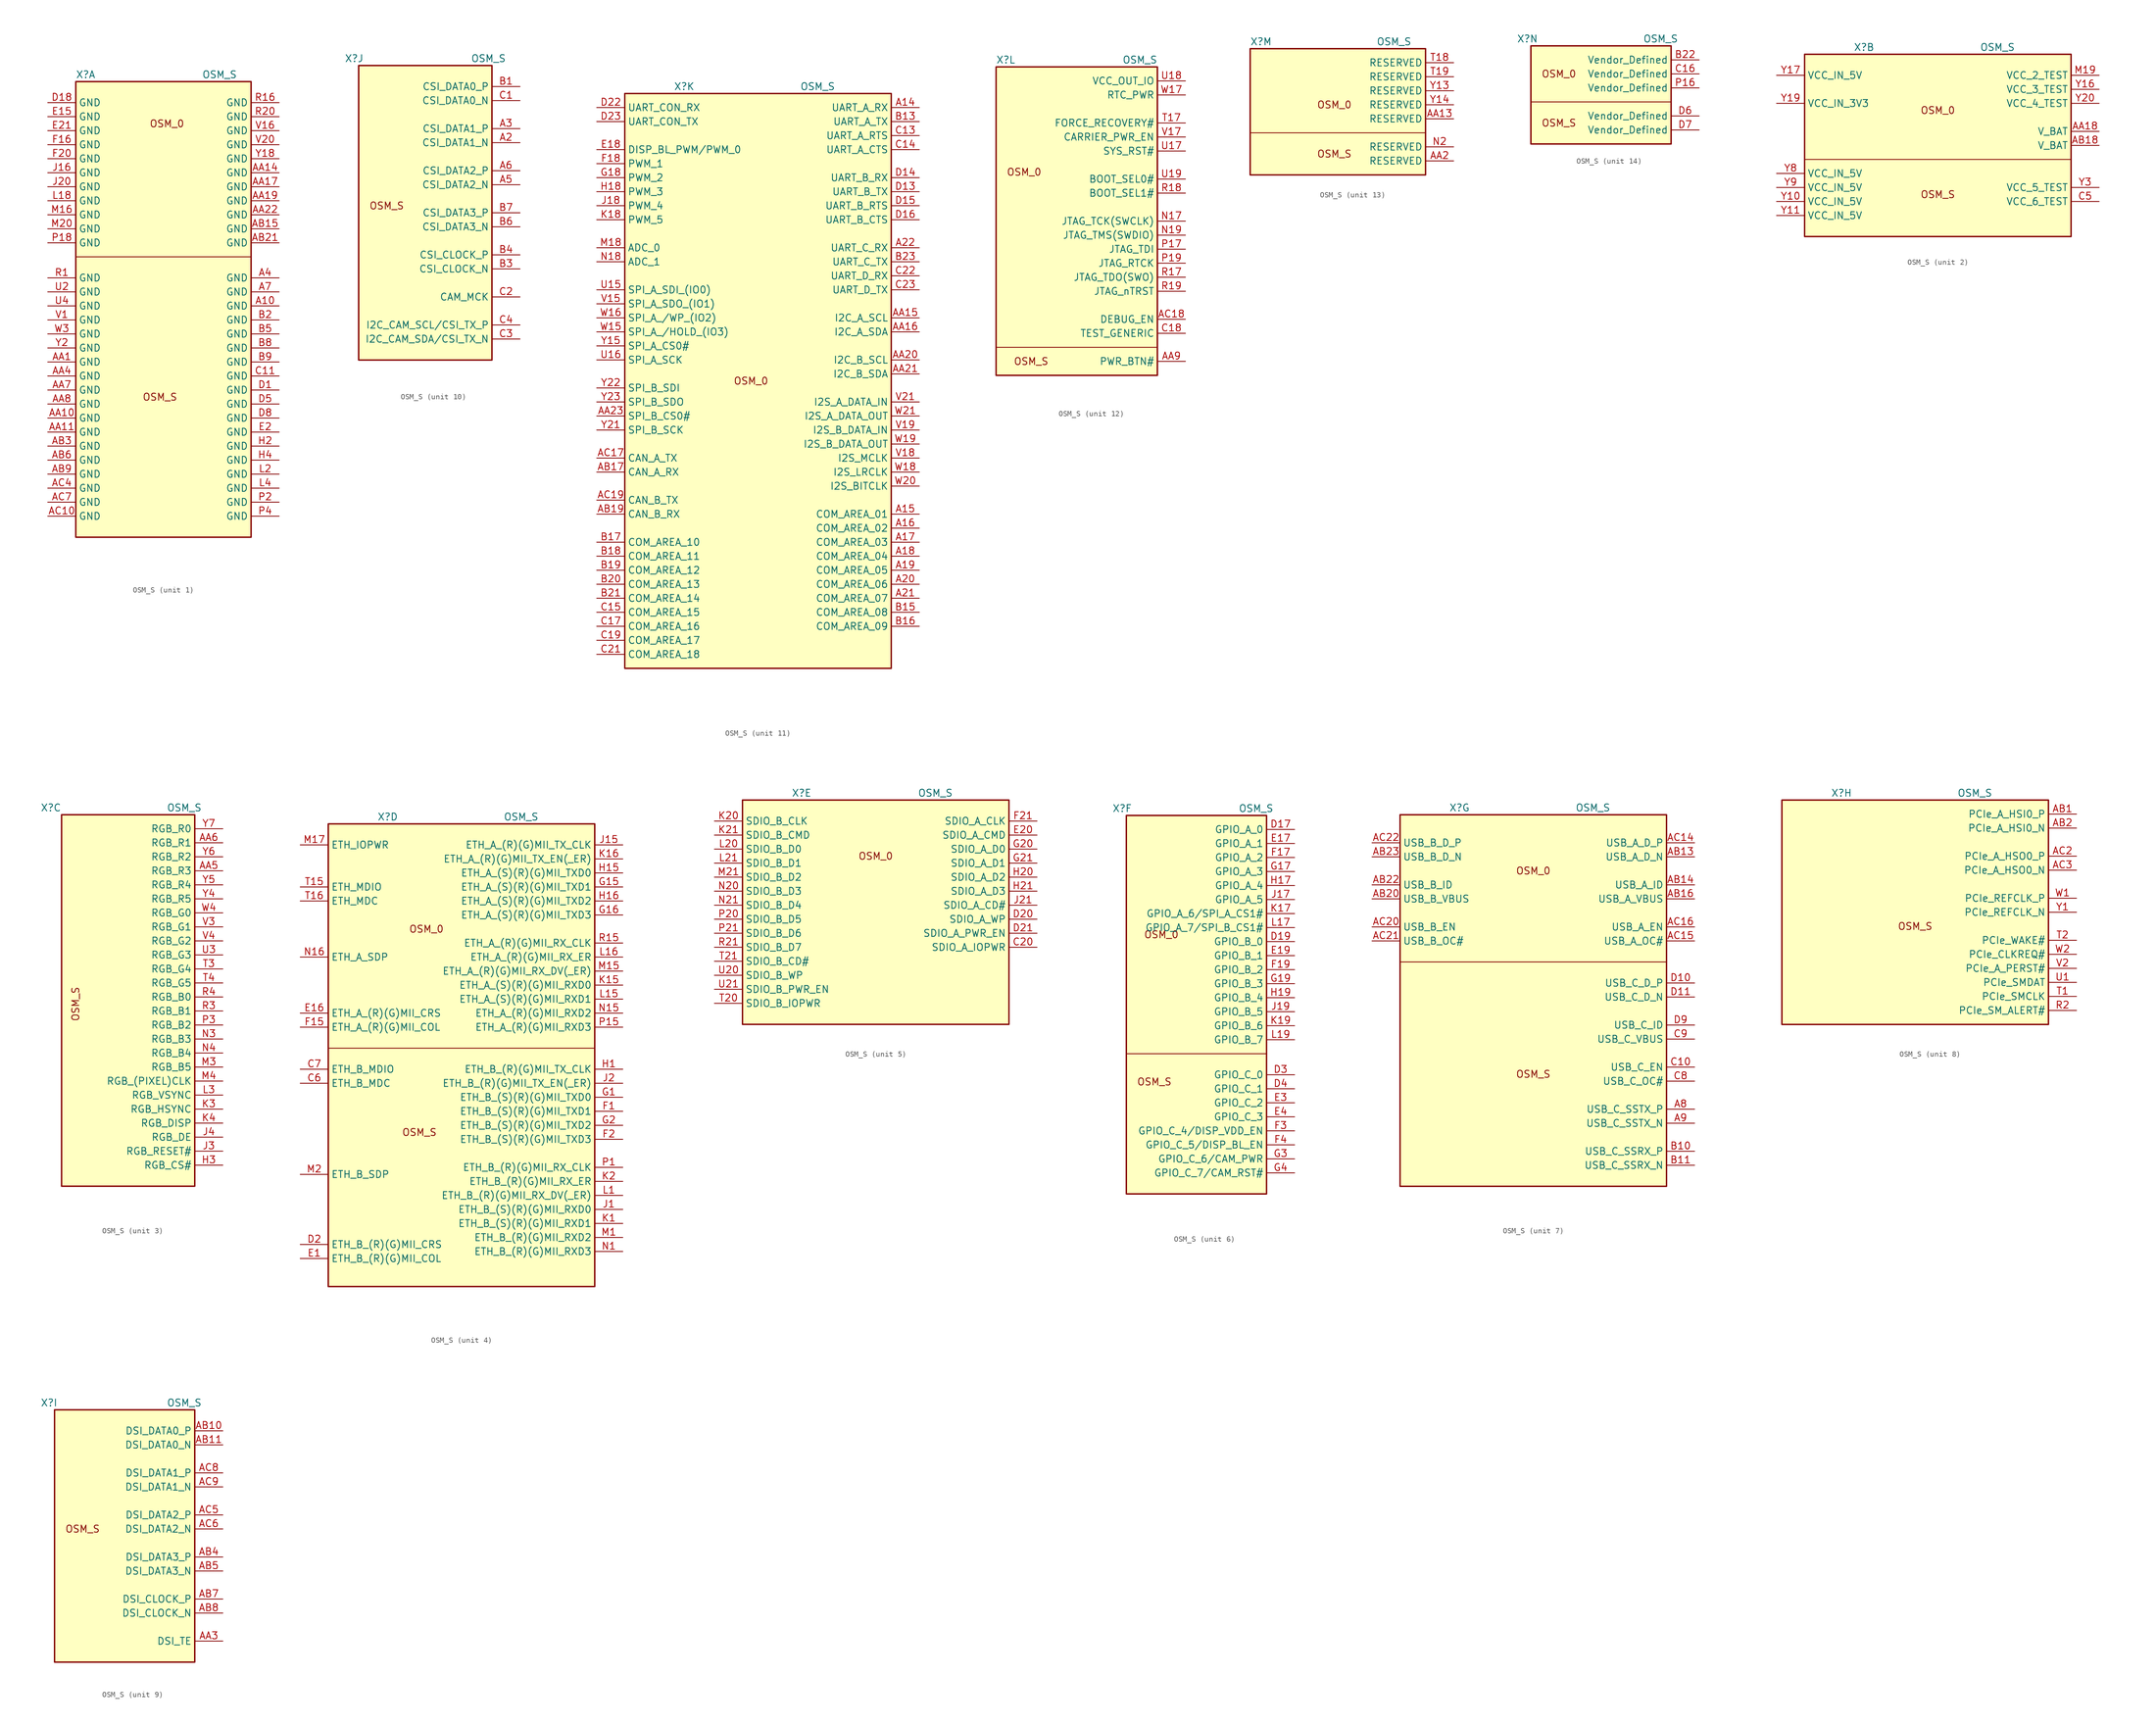
<source format=kicad_sym>
(kicad_symbol_lib
  (version 20220914)
  (generator kicad_symbol_editor)
  (symbol "OSM_S"
    (property "Reference" "X"
      (at -15.24 1.27 0)
      (effects (font (size 1.27 1.27)) (justify left)))
    (property "Value" "OSM_S"
      (at 7.62 1.27 0)
      (effects (font (size 1.27 1.27)) (justify left)))
    (property "ki_locked" ""
      (at 0 0 0)
      (effects (font (size 1.27 1.27))))
    (symbol "OSM_S_1_1"
      (rectangle (start -15.24 0) (end 16.51 -82.55) (stroke (width 0.254) (type solid)) (fill (type background)))
      (polyline (pts (xy -15.24 -31.75) (xy 16.51 -31.75)) (stroke (width 0) (type default)) (fill (type none)))
      (text "OSM_0\n" (at 1.27 -7.62 0) (effects (font (size 1.27 1.27))))
      (text "OSM_S\n" (at 0 -57.15 0) (effects (font (size 1.27 1.27))))
      (pin power_in line (at 21.59 -40.64 180) (length 5.08) (name "GND" (effects (font (size 1.27 1.27)))) (number "A10" (effects (font (size 1.27 1.27)))))
      (pin power_in line (at 21.59 -35.56 180) (length 5.08) (name "GND" (effects (font (size 1.27 1.27)))) (number "A4" (effects (font (size 1.27 1.27)))))
      (pin power_in line (at 21.59 -38.1 180) (length 5.08) (name "GND" (effects (font (size 1.27 1.27)))) (number "A7" (effects (font (size 1.27 1.27)))))
      (pin power_in line (at -20.32 -50.8 0) (length 5.08) (name "GND" (effects (font (size 1.27 1.27)))) (number "AA1" (effects (font (size 1.27 1.27)))))
      (pin power_in line (at -20.32 -60.96 0) (length 5.08) (name "GND" (effects (font (size 1.27 1.27)))) (number "AA10" (effects (font (size 1.27 1.27)))))
      (pin power_in line (at -20.32 -63.5 0) (length 5.08) (name "GND" (effects (font (size 1.27 1.27)))) (number "AA11" (effects (font (size 1.27 1.27)))))
      (pin power_in line (at 21.59 -16.51 180) (length 5.08) (name "GND" (effects (font (size 1.27 1.27)))) (number "AA14" (effects (font (size 1.27 1.27)))))
      (pin power_in line (at 21.59 -19.05 180) (length 5.08) (name "GND" (effects (font (size 1.27 1.27)))) (number "AA17" (effects (font (size 1.27 1.27)))))
      (pin power_in line (at 21.59 -21.59 180) (length 5.08) (name "GND" (effects (font (size 1.27 1.27)))) (number "AA19" (effects (font (size 1.27 1.27)))))
      (pin power_in line (at 21.59 -24.13 180) (length 5.08) (name "GND" (effects (font (size 1.27 1.27)))) (number "AA22" (effects (font (size 1.27 1.27)))))
      (pin power_in line (at -20.32 -53.34 0) (length 5.08) (name "GND" (effects (font (size 1.27 1.27)))) (number "AA4" (effects (font (size 1.27 1.27)))))
      (pin power_in line (at -20.32 -55.88 0) (length 5.08) (name "GND" (effects (font (size 1.27 1.27)))) (number "AA7" (effects (font (size 1.27 1.27)))))
      (pin power_in line (at -20.32 -58.42 0) (length 5.08) (name "GND" (effects (font (size 1.27 1.27)))) (number "AA8" (effects (font (size 1.27 1.27)))))
      (pin power_in line (at 21.59 -26.67 180) (length 5.08) (name "GND" (effects (font (size 1.27 1.27)))) (number "AB15" (effects (font (size 1.27 1.27)))))
      (pin power_in line (at 21.59 -29.21 180) (length 5.08) (name "GND" (effects (font (size 1.27 1.27)))) (number "AB21" (effects (font (size 1.27 1.27)))))
      (pin power_in line (at -20.32 -66.04 0) (length 5.08) (name "GND" (effects (font (size 1.27 1.27)))) (number "AB3" (effects (font (size 1.27 1.27)))))
      (pin power_in line (at -20.32 -68.58 0) (length 5.08) (name "GND" (effects (font (size 1.27 1.27)))) (number "AB6" (effects (font (size 1.27 1.27)))))
      (pin power_in line (at -20.32 -71.12 0) (length 5.08) (name "GND" (effects (font (size 1.27 1.27)))) (number "AB9" (effects (font (size 1.27 1.27)))))
      (pin power_in line (at -20.32 -78.74 0) (length 5.08) (name "GND" (effects (font (size 1.27 1.27)))) (number "AC10" (effects (font (size 1.27 1.27)))))
      (pin power_in line (at -20.32 -73.66 0) (length 5.08) (name "GND" (effects (font (size 1.27 1.27)))) (number "AC4" (effects (font (size 1.27 1.27)))))
      (pin power_in line (at -20.32 -76.2 0) (length 5.08) (name "GND" (effects (font (size 1.27 1.27)))) (number "AC7" (effects (font (size 1.27 1.27)))))
      (pin power_in line (at 21.59 -43.18 180) (length 5.08) (name "GND" (effects (font (size 1.27 1.27)))) (number "B2" (effects (font (size 1.27 1.27)))))
      (pin power_in line (at 21.59 -45.72 180) (length 5.08) (name "GND" (effects (font (size 1.27 1.27)))) (number "B5" (effects (font (size 1.27 1.27)))))
      (pin power_in line (at 21.59 -48.26 180) (length 5.08) (name "GND" (effects (font (size 1.27 1.27)))) (number "B8" (effects (font (size 1.27 1.27)))))
      (pin power_in line (at 21.59 -50.8 180) (length 5.08) (name "GND" (effects (font (size 1.27 1.27)))) (number "B9" (effects (font (size 1.27 1.27)))))
      (pin power_in line (at 21.59 -53.34 180) (length 5.08) (name "GND" (effects (font (size 1.27 1.27)))) (number "C11" (effects (font (size 1.27 1.27)))))
      (pin power_in line (at 21.59 -55.88 180) (length 5.08) (name "GND" (effects (font (size 1.27 1.27)))) (number "D1" (effects (font (size 1.27 1.27)))))
      (pin power_in line (at -20.32 -3.81 0) (length 5.08) (name "GND" (effects (font (size 1.27 1.27)))) (number "D18" (effects (font (size 1.27 1.27)))))
      (pin power_in line (at 21.59 -58.42 180) (length 5.08) (name "GND" (effects (font (size 1.27 1.27)))) (number "D5" (effects (font (size 1.27 1.27)))))
      (pin power_in line (at 21.59 -60.96 180) (length 5.08) (name "GND" (effects (font (size 1.27 1.27)))) (number "D8" (effects (font (size 1.27 1.27)))))
      (pin power_in line (at -20.32 -6.35 0) (length 5.08) (name "GND" (effects (font (size 1.27 1.27)))) (number "E15" (effects (font (size 1.27 1.27)))))
      (pin power_in line (at 21.59 -63.5 180) (length 5.08) (name "GND" (effects (font (size 1.27 1.27)))) (number "E2" (effects (font (size 1.27 1.27)))))
      (pin power_in line (at -20.32 -8.89 0) (length 5.08) (name "GND" (effects (font (size 1.27 1.27)))) (number "E21" (effects (font (size 1.27 1.27)))))
      (pin power_in line (at -20.32 -11.43 0) (length 5.08) (name "GND" (effects (font (size 1.27 1.27)))) (number "F16" (effects (font (size 1.27 1.27)))))
      (pin power_in line (at -20.32 -13.97 0) (length 5.08) (name "GND" (effects (font (size 1.27 1.27)))) (number "F20" (effects (font (size 1.27 1.27)))))
      (pin power_in line (at 21.59 -66.04 180) (length 5.08) (name "GND" (effects (font (size 1.27 1.27)))) (number "H2" (effects (font (size 1.27 1.27)))))
      (pin power_in line (at 21.59 -68.58 180) (length 5.08) (name "GND" (effects (font (size 1.27 1.27)))) (number "H4" (effects (font (size 1.27 1.27)))))
      (pin power_in line (at -20.32 -16.51 0) (length 5.08) (name "GND" (effects (font (size 1.27 1.27)))) (number "J16" (effects (font (size 1.27 1.27)))))
      (pin power_in line (at -20.32 -19.05 0) (length 5.08) (name "GND" (effects (font (size 1.27 1.27)))) (number "J20" (effects (font (size 1.27 1.27)))))
      (pin power_in line (at -20.32 -21.59 0) (length 5.08) (name "GND" (effects (font (size 1.27 1.27)))) (number "L18" (effects (font (size 1.27 1.27)))))
      (pin power_in line (at 21.59 -71.12 180) (length 5.08) (name "GND" (effects (font (size 1.27 1.27)))) (number "L2" (effects (font (size 1.27 1.27)))))
      (pin power_in line (at 21.59 -73.66 180) (length 5.08) (name "GND" (effects (font (size 1.27 1.27)))) (number "L4" (effects (font (size 1.27 1.27)))))
      (pin power_in line (at -20.32 -24.13 0) (length 5.08) (name "GND" (effects (font (size 1.27 1.27)))) (number "M16" (effects (font (size 1.27 1.27)))))
      (pin power_in line (at -20.32 -26.67 0) (length 5.08) (name "GND" (effects (font (size 1.27 1.27)))) (number "M20" (effects (font (size 1.27 1.27)))))
      (pin power_in line (at -20.32 -29.21 0) (length 5.08) (name "GND" (effects (font (size 1.27 1.27)))) (number "P18" (effects (font (size 1.27 1.27)))))
      (pin power_in line (at 21.59 -76.2 180) (length 5.08) (name "GND" (effects (font (size 1.27 1.27)))) (number "P2" (effects (font (size 1.27 1.27)))))
      (pin power_in line (at 21.59 -78.74 180) (length 5.08) (name "GND" (effects (font (size 1.27 1.27)))) (number "P4" (effects (font (size 1.27 1.27)))))
      (pin power_in line (at -20.32 -35.56 0) (length 5.08) (name "GND" (effects (font (size 1.27 1.27)))) (number "R1" (effects (font (size 1.27 1.27)))))
      (pin power_in line (at 21.59 -3.81 180) (length 5.08) (name "GND" (effects (font (size 1.27 1.27)))) (number "R16" (effects (font (size 1.27 1.27)))))
      (pin power_in line (at 21.59 -6.35 180) (length 5.08) (name "GND" (effects (font (size 1.27 1.27)))) (number "R20" (effects (font (size 1.27 1.27)))))
      (pin power_in line (at -20.32 -38.1 0) (length 5.08) (name "GND" (effects (font (size 1.27 1.27)))) (number "U2" (effects (font (size 1.27 1.27)))))
      (pin power_in line (at -20.32 -40.64 0) (length 5.08) (name "GND" (effects (font (size 1.27 1.27)))) (number "U4" (effects (font (size 1.27 1.27)))))
      (pin power_in line (at -20.32 -43.18 0) (length 5.08) (name "GND" (effects (font (size 1.27 1.27)))) (number "V1" (effects (font (size 1.27 1.27)))))
      (pin power_in line (at 21.59 -8.89 180) (length 5.08) (name "GND" (effects (font (size 1.27 1.27)))) (number "V16" (effects (font (size 1.27 1.27)))))
      (pin power_in line (at 21.59 -11.43 180) (length 5.08) (name "GND" (effects (font (size 1.27 1.27)))) (number "V20" (effects (font (size 1.27 1.27)))))
      (pin power_in line (at -20.32 -45.72 0) (length 5.08) (name "GND" (effects (font (size 1.27 1.27)))) (number "W3" (effects (font (size 1.27 1.27)))))
      (pin power_in line (at 21.59 -13.97 180) (length 5.08) (name "GND" (effects (font (size 1.27 1.27)))) (number "Y18" (effects (font (size 1.27 1.27)))))
      (pin power_in line (at -20.32 -48.26 0) (length 5.08) (name "GND" (effects (font (size 1.27 1.27)))) (number "Y2" (effects (font (size 1.27 1.27))))))
    (symbol "OSM_S_2_1"
      (rectangle (start -24.13 0) (end 24.13 -33.02) (stroke (width 0.254) (type solid)) (fill (type background)))
      (polyline (pts (xy -24.13 -19.05) (xy 24.13 -19.05)) (stroke (width 0) (type default)) (fill (type none)))
      (text "OSM_0\n" (at 0 -10.16 0) (effects (font (size 1.27 1.27))))
      (text "OSM_S\n" (at 0 -25.4 0) (effects (font (size 1.27 1.27))))
      (pin power_in line (at 29.21 -13.97 180) (length 5.08) (name "V_BAT" (effects (font (size 1.27 1.27)))) (number "AA18" (effects (font (size 1.27 1.27)))))
      (pin power_in line (at 29.21 -16.51 180) (length 5.08) (name "V_BAT" (effects (font (size 1.27 1.27)))) (number "AB18" (effects (font (size 1.27 1.27)))))
      (pin power_in line (at 29.21 -26.67 180) (length 5.08) (name "VCC_6_TEST" (effects (font (size 1.27 1.27)))) (number "C5" (effects (font (size 1.27 1.27)))))
      (pin power_out line (at 29.21 -3.81 180) (length 5.08) (name "VCC_2_TEST" (effects (font (size 1.27 1.27)))) (number "M19" (effects (font (size 1.27 1.27)))))
      (pin power_in line (at -29.21 -26.67 0) (length 5.08) (name "VCC_IN_5V" (effects (font (size 1.27 1.27)))) (number "Y10" (effects (font (size 1.27 1.27)))))
      (pin power_in line (at -29.21 -29.21 0) (length 5.08) (name "VCC_IN_5V" (effects (font (size 1.27 1.27)))) (number "Y11" (effects (font (size 1.27 1.27)))))
      (pin power_out line (at 29.21 -6.35 180) (length 5.08) (name "VCC_3_TEST" (effects (font (size 1.27 1.27)))) (number "Y16" (effects (font (size 1.27 1.27)))))
      (pin power_in line (at -29.21 -3.81 0) (length 5.08) (name "VCC_IN_5V" (effects (font (size 1.27 1.27)))) (number "Y17" (effects (font (size 1.27 1.27)))))
      (pin power_in line (at -29.21 -8.89 0) (length 5.08) (name "VCC_IN_3V3" (effects (font (size 1.27 1.27)))) (number "Y19" (effects (font (size 1.27 1.27)))))
      (pin power_out line (at 29.21 -8.89 180) (length 5.08) (name "VCC_4_TEST" (effects (font (size 1.27 1.27)))) (number "Y20" (effects (font (size 1.27 1.27)))))
      (pin power_in line (at 29.21 -24.13 180) (length 5.08) (name "VCC_5_TEST" (effects (font (size 1.27 1.27)))) (number "Y3" (effects (font (size 1.27 1.27)))))
      (pin power_in line (at -29.21 -21.59 0) (length 5.08) (name "VCC_IN_5V" (effects (font (size 1.27 1.27)))) (number "Y8" (effects (font (size 1.27 1.27)))))
      (pin power_in line (at -29.21 -24.13 0) (length 5.08) (name "VCC_IN_5V" (effects (font (size 1.27 1.27)))) (number "Y9" (effects (font (size 1.27 1.27))))))
    (symbol "OSM_S_3_1"
      (rectangle (start -11.43 0) (end 12.7 -67.31) (stroke (width 0.254) (type solid)) (fill (type background)))
      (text "OSM_S\n" (at -8.89 -34.29 900) (effects (font (size 1.27 1.27))))
      (pin bidirectional line (at 17.78 -10.16 180) (length 5.08) (name "RGB_R3" (effects (font (size 1.27 1.27)))) (number "AA5" (effects (font (size 1.27 1.27)))))
      (pin bidirectional line (at 17.78 -5.08 180) (length 5.08) (name "RGB_R1" (effects (font (size 1.27 1.27)))) (number "AA6" (effects (font (size 1.27 1.27)))))
      (pin bidirectional line (at 17.78 -63.5 180) (length 5.08) (name "RGB_CS#" (effects (font (size 1.27 1.27)))) (number "H3" (effects (font (size 1.27 1.27)))))
      (pin bidirectional line (at 17.78 -60.96 180) (length 5.08) (name "RGB_RESET#" (effects (font (size 1.27 1.27)))) (number "J3" (effects (font (size 1.27 1.27)))))
      (pin bidirectional line (at 17.78 -58.42 180) (length 5.08) (name "RGB_DE" (effects (font (size 1.27 1.27)))) (number "J4" (effects (font (size 1.27 1.27)))))
      (pin bidirectional line (at 17.78 -53.34 180) (length 5.08) (name "RGB_HSYNC" (effects (font (size 1.27 1.27)))) (number "K3" (effects (font (size 1.27 1.27)))))
      (pin bidirectional line (at 17.78 -55.88 180) (length 5.08) (name "RGB_DISP" (effects (font (size 1.27 1.27)))) (number "K4" (effects (font (size 1.27 1.27)))))
      (pin bidirectional line (at 17.78 -50.8 180) (length 5.08) (name "RGB_VSYNC" (effects (font (size 1.27 1.27)))) (number "L3" (effects (font (size 1.27 1.27)))))
      (pin bidirectional line (at 17.78 -45.72 180) (length 5.08) (name "RGB_B5" (effects (font (size 1.27 1.27)))) (number "M3" (effects (font (size 1.27 1.27)))))
      (pin bidirectional line (at 17.78 -48.26 180) (length 5.08) (name "RGB_(PIXEL)CLK" (effects (font (size 1.27 1.27)))) (number "M4" (effects (font (size 1.27 1.27)))))
      (pin bidirectional line (at 17.78 -40.64 180) (length 5.08) (name "RGB_B3" (effects (font (size 1.27 1.27)))) (number "N3" (effects (font (size 1.27 1.27)))))
      (pin bidirectional line (at 17.78 -43.18 180) (length 5.08) (name "RGB_B4" (effects (font (size 1.27 1.27)))) (number "N4" (effects (font (size 1.27 1.27)))))
      (pin bidirectional line (at 17.78 -38.1 180) (length 5.08) (name "RGB_B2" (effects (font (size 1.27 1.27)))) (number "P3" (effects (font (size 1.27 1.27)))))
      (pin bidirectional line (at 17.78 -35.56 180) (length 5.08) (name "RGB_B1" (effects (font (size 1.27 1.27)))) (number "R3" (effects (font (size 1.27 1.27)))))
      (pin bidirectional line (at 17.78 -33.02 180) (length 5.08) (name "RGB_B0" (effects (font (size 1.27 1.27)))) (number "R4" (effects (font (size 1.27 1.27)))))
      (pin bidirectional line (at 17.78 -27.94 180) (length 5.08) (name "RGB_G4" (effects (font (size 1.27 1.27)))) (number "T3" (effects (font (size 1.27 1.27)))))
      (pin bidirectional line (at 17.78 -30.48 180) (length 5.08) (name "RGB_G5" (effects (font (size 1.27 1.27)))) (number "T4" (effects (font (size 1.27 1.27)))))
      (pin bidirectional line (at 17.78 -25.4 180) (length 5.08) (name "RGB_G3" (effects (font (size 1.27 1.27)))) (number "U3" (effects (font (size 1.27 1.27)))))
      (pin bidirectional line (at 17.78 -20.32 180) (length 5.08) (name "RGB_G1" (effects (font (size 1.27 1.27)))) (number "V3" (effects (font (size 1.27 1.27)))))
      (pin bidirectional line (at 17.78 -22.86 180) (length 5.08) (name "RGB_G2" (effects (font (size 1.27 1.27)))) (number "V4" (effects (font (size 1.27 1.27)))))
      (pin bidirectional line (at 17.78 -17.78 180) (length 5.08) (name "RGB_G0" (effects (font (size 1.27 1.27)))) (number "W4" (effects (font (size 1.27 1.27)))))
      (pin bidirectional line (at 17.78 -15.24 180) (length 5.08) (name "RGB_R5" (effects (font (size 1.27 1.27)))) (number "Y4" (effects (font (size 1.27 1.27)))))
      (pin bidirectional line (at 17.78 -12.7 180) (length 5.08) (name "RGB_R4" (effects (font (size 1.27 1.27)))) (number "Y5" (effects (font (size 1.27 1.27)))))
      (pin bidirectional line (at 17.78 -7.62 180) (length 5.08) (name "RGB_R2" (effects (font (size 1.27 1.27)))) (number "Y6" (effects (font (size 1.27 1.27)))))
      (pin bidirectional line (at 17.78 -2.54 180) (length 5.08) (name "RGB_R0" (effects (font (size 1.27 1.27)))) (number "Y7" (effects (font (size 1.27 1.27))))))
    (symbol "OSM_S_4_1"
      (rectangle (start -24.13 0) (end 24.13 -83.82) (stroke (width 0.254) (type solid)) (fill (type background)))
      (polyline (pts (xy -24.13 -40.64) (xy 24.13 -40.64)) (stroke (width 0) (type default)) (fill (type none)))
      (text "OSM_0\n" (at -6.35 -19.05 0) (effects (font (size 1.27 1.27))))
      (text "OSM_S\n" (at -7.62 -55.88 0) (effects (font (size 1.27 1.27))))
      (pin bidirectional line (at -29.21 -46.99 0) (length 5.08) (name "ETH_B_MDC" (effects (font (size 1.27 1.27)))) (number "C6" (effects (font (size 1.27 1.27)))))
      (pin bidirectional line (at -29.21 -44.45 0) (length 5.08) (name "ETH_B_MDIO" (effects (font (size 1.27 1.27)))) (number "C7" (effects (font (size 1.27 1.27)))))
      (pin bidirectional line (at -29.21 -76.2 0) (length 5.08) (name "ETH_B_(R)(G)MII_CRS" (effects (font (size 1.27 1.27)))) (number "D2" (effects (font (size 1.27 1.27)))))
      (pin bidirectional line (at -29.21 -78.74 0) (length 5.08) (name "ETH_B_(R)(G)MII_COL" (effects (font (size 1.27 1.27)))) (number "E1" (effects (font (size 1.27 1.27)))))
      (pin bidirectional line (at -29.21 -34.29 0) (length 5.08) (name "ETH_A_(R)(G)MII_CRS" (effects (font (size 1.27 1.27)))) (number "E16" (effects (font (size 1.27 1.27)))))
      (pin bidirectional line (at 29.21 -52.07 180) (length 5.08) (name "ETH_B_(S)(R)(G)MII_TXD1" (effects (font (size 1.27 1.27)))) (number "F1" (effects (font (size 1.27 1.27)))))
      (pin bidirectional line (at -29.21 -36.83 0) (length 5.08) (name "ETH_A_(R)(G)MII_COL" (effects (font (size 1.27 1.27)))) (number "F15" (effects (font (size 1.27 1.27)))))
      (pin bidirectional line (at 29.21 -57.15 180) (length 5.08) (name "ETH_B_(S)(R)(G)MII_TXD3" (effects (font (size 1.27 1.27)))) (number "F2" (effects (font (size 1.27 1.27)))))
      (pin bidirectional line (at 29.21 -49.53 180) (length 5.08) (name "ETH_B_(S)(R)(G)MII_TXD0" (effects (font (size 1.27 1.27)))) (number "G1" (effects (font (size 1.27 1.27)))))
      (pin bidirectional line (at 29.21 -11.43 180) (length 5.08) (name "ETH_A_(S)(R)(G)MII_TXD1" (effects (font (size 1.27 1.27)))) (number "G15" (effects (font (size 1.27 1.27)))))
      (pin bidirectional line (at 29.21 -16.51 180) (length 5.08) (name "ETH_A_(S)(R)(G)MII_TXD3" (effects (font (size 1.27 1.27)))) (number "G16" (effects (font (size 1.27 1.27)))))
      (pin bidirectional line (at 29.21 -54.61 180) (length 5.08) (name "ETH_B_(S)(R)(G)MII_TXD2" (effects (font (size 1.27 1.27)))) (number "G2" (effects (font (size 1.27 1.27)))))
      (pin bidirectional line (at 29.21 -44.45 180) (length 5.08) (name "ETH_B_(R)(G)MII_TX_CLK" (effects (font (size 1.27 1.27)))) (number "H1" (effects (font (size 1.27 1.27)))))
      (pin bidirectional line (at 29.21 -8.89 180) (length 5.08) (name "ETH_A_(S)(R)(G)MII_TXD0" (effects (font (size 1.27 1.27)))) (number "H15" (effects (font (size 1.27 1.27)))))
      (pin bidirectional line (at 29.21 -13.97 180) (length 5.08) (name "ETH_A_(S)(R)(G)MII_TXD2" (effects (font (size 1.27 1.27)))) (number "H16" (effects (font (size 1.27 1.27)))))
      (pin bidirectional line (at 29.21 -69.85 180) (length 5.08) (name "ETH_B_(S)(R)(G)MII_RXD0" (effects (font (size 1.27 1.27)))) (number "J1" (effects (font (size 1.27 1.27)))))
      (pin bidirectional line (at 29.21 -3.81 180) (length 5.08) (name "ETH_A_(R)(G)MII_TX_CLK" (effects (font (size 1.27 1.27)))) (number "J15" (effects (font (size 1.27 1.27)))))
      (pin bidirectional line (at 29.21 -46.99 180) (length 5.08) (name "ETH_B_(R)(G)MII_TX_EN(_ER)" (effects (font (size 1.27 1.27)))) (number "J2" (effects (font (size 1.27 1.27)))))
      (pin bidirectional line (at 29.21 -72.39 180) (length 5.08) (name "ETH_B_(S)(R)(G)MII_RXD1" (effects (font (size 1.27 1.27)))) (number "K1" (effects (font (size 1.27 1.27)))))
      (pin bidirectional line (at 29.21 -29.21 180) (length 5.08) (name "ETH_A_(S)(R)(G)MII_RXD0" (effects (font (size 1.27 1.27)))) (number "K15" (effects (font (size 1.27 1.27)))))
      (pin bidirectional line (at 29.21 -6.35 180) (length 5.08) (name "ETH_A_(R)(G)MII_TX_EN(_ER)" (effects (font (size 1.27 1.27)))) (number "K16" (effects (font (size 1.27 1.27)))))
      (pin bidirectional line (at 29.21 -64.77 180) (length 5.08) (name "ETH_B_(R)(G)MII_RX_ER" (effects (font (size 1.27 1.27)))) (number "K2" (effects (font (size 1.27 1.27)))))
      (pin bidirectional line (at 29.21 -67.31 180) (length 5.08) (name "ETH_B_(R)(G)MII_RX_DV(_ER)" (effects (font (size 1.27 1.27)))) (number "L1" (effects (font (size 1.27 1.27)))))
      (pin bidirectional line (at 29.21 -31.75 180) (length 5.08) (name "ETH_A_(S)(R)(G)MII_RXD1" (effects (font (size 1.27 1.27)))) (number "L15" (effects (font (size 1.27 1.27)))))
      (pin bidirectional line (at 29.21 -24.13 180) (length 5.08) (name "ETH_A_(R)(G)MII_RX_ER" (effects (font (size 1.27 1.27)))) (number "L16" (effects (font (size 1.27 1.27)))))
      (pin bidirectional line (at 29.21 -74.93 180) (length 5.08) (name "ETH_B_(R)(G)MII_RXD2" (effects (font (size 1.27 1.27)))) (number "M1" (effects (font (size 1.27 1.27)))))
      (pin bidirectional line (at 29.21 -26.67 180) (length 5.08) (name "ETH_A_(R)(G)MII_RX_DV(_ER)" (effects (font (size 1.27 1.27)))) (number "M15" (effects (font (size 1.27 1.27)))))
      (pin power_out line (at -29.21 -3.81 0) (length 5.08) (name "ETH_IOPWR" (effects (font (size 1.27 1.27)))) (number "M17" (effects (font (size 1.27 1.27)))))
      (pin bidirectional line (at -29.21 -63.5 0) (length 5.08) (name "ETH_B_SDP" (effects (font (size 1.27 1.27)))) (number "M2" (effects (font (size 1.27 1.27)))))
      (pin bidirectional line (at 29.21 -77.47 180) (length 5.08) (name "ETH_B_(R)(G)MII_RXD3" (effects (font (size 1.27 1.27)))) (number "N1" (effects (font (size 1.27 1.27)))))
      (pin bidirectional line (at 29.21 -34.29 180) (length 5.08) (name "ETH_A_(R)(G)MII_RXD2" (effects (font (size 1.27 1.27)))) (number "N15" (effects (font (size 1.27 1.27)))))
      (pin bidirectional line (at -29.21 -24.13 0) (length 5.08) (name "ETH_A_SDP" (effects (font (size 1.27 1.27)))) (number "N16" (effects (font (size 1.27 1.27)))))
      (pin bidirectional line (at 29.21 -62.23 180) (length 5.08) (name "ETH_B_(R)(G)MII_RX_CLK" (effects (font (size 1.27 1.27)))) (number "P1" (effects (font (size 1.27 1.27)))))
      (pin bidirectional line (at 29.21 -36.83 180) (length 5.08) (name "ETH_A_(R)(G)MII_RXD3" (effects (font (size 1.27 1.27)))) (number "P15" (effects (font (size 1.27 1.27)))))
      (pin bidirectional line (at 29.21 -21.59 180) (length 5.08) (name "ETH_A_(R)(G)MII_RX_CLK" (effects (font (size 1.27 1.27)))) (number "R15" (effects (font (size 1.27 1.27)))))
      (pin bidirectional line (at -29.21 -11.43 0) (length 5.08) (name "ETH_MDIO" (effects (font (size 1.27 1.27)))) (number "T15" (effects (font (size 1.27 1.27)))))
      (pin bidirectional line (at -29.21 -13.97 0) (length 5.08) (name "ETH_MDC" (effects (font (size 1.27 1.27)))) (number "T16" (effects (font (size 1.27 1.27))))))
    (symbol "OSM_S_5_1"
      (rectangle (start -24.13 0) (end 24.13 -40.64) (stroke (width 0.254) (type solid)) (fill (type background)))
      (text "OSM_0\n" (at 0 -10.16 0) (effects (font (size 1.27 1.27))))
      (pin power_out line (at 29.21 -26.67 180) (length 5.08) (name "SDIO_A_IOPWR" (effects (font (size 1.27 1.27)))) (number "C20" (effects (font (size 1.27 1.27)))))
      (pin bidirectional line (at 29.21 -21.59 180) (length 5.08) (name "SDIO_A_WP" (effects (font (size 1.27 1.27)))) (number "D20" (effects (font (size 1.27 1.27)))))
      (pin bidirectional line (at 29.21 -24.13 180) (length 5.08) (name "SDIO_A_PWR_EN" (effects (font (size 1.27 1.27)))) (number "D21" (effects (font (size 1.27 1.27)))))
      (pin bidirectional line (at 29.21 -6.35 180) (length 5.08) (name "SDIO_A_CMD" (effects (font (size 1.27 1.27)))) (number "E20" (effects (font (size 1.27 1.27)))))
      (pin bidirectional line (at 29.21 -3.81 180) (length 5.08) (name "SDIO_A_CLK" (effects (font (size 1.27 1.27)))) (number "F21" (effects (font (size 1.27 1.27)))))
      (pin bidirectional line (at 29.21 -8.89 180) (length 5.08) (name "SDIO_A_D0" (effects (font (size 1.27 1.27)))) (number "G20" (effects (font (size 1.27 1.27)))))
      (pin bidirectional line (at 29.21 -11.43 180) (length 5.08) (name "SDIO_A_D1" (effects (font (size 1.27 1.27)))) (number "G21" (effects (font (size 1.27 1.27)))))
      (pin bidirectional line (at 29.21 -13.97 180) (length 5.08) (name "SDIO_A_D2" (effects (font (size 1.27 1.27)))) (number "H20" (effects (font (size 1.27 1.27)))))
      (pin bidirectional line (at 29.21 -16.51 180) (length 5.08) (name "SDIO_A_D3" (effects (font (size 1.27 1.27)))) (number "H21" (effects (font (size 1.27 1.27)))))
      (pin bidirectional line (at 29.21 -19.05 180) (length 5.08) (name "SDIO_A_CD#" (effects (font (size 1.27 1.27)))) (number "J21" (effects (font (size 1.27 1.27)))))
      (pin bidirectional line (at -29.21 -3.81 0) (length 5.08) (name "SDIO_B_CLK" (effects (font (size 1.27 1.27)))) (number "K20" (effects (font (size 1.27 1.27)))))
      (pin bidirectional line (at -29.21 -6.35 0) (length 5.08) (name "SDIO_B_CMD" (effects (font (size 1.27 1.27)))) (number "K21" (effects (font (size 1.27 1.27)))))
      (pin bidirectional line (at -29.21 -8.89 0) (length 5.08) (name "SDIO_B_D0" (effects (font (size 1.27 1.27)))) (number "L20" (effects (font (size 1.27 1.27)))))
      (pin bidirectional line (at -29.21 -11.43 0) (length 5.08) (name "SDIO_B_D1" (effects (font (size 1.27 1.27)))) (number "L21" (effects (font (size 1.27 1.27)))))
      (pin bidirectional line (at -29.21 -13.97 0) (length 5.08) (name "SDIO_B_D2" (effects (font (size 1.27 1.27)))) (number "M21" (effects (font (size 1.27 1.27)))))
      (pin bidirectional line (at -29.21 -16.51 0) (length 5.08) (name "SDIO_B_D3" (effects (font (size 1.27 1.27)))) (number "N20" (effects (font (size 1.27 1.27)))))
      (pin bidirectional line (at -29.21 -19.05 0) (length 5.08) (name "SDIO_B_D4" (effects (font (size 1.27 1.27)))) (number "N21" (effects (font (size 1.27 1.27)))))
      (pin bidirectional line (at -29.21 -21.59 0) (length 5.08) (name "SDIO_B_D5" (effects (font (size 1.27 1.27)))) (number "P20" (effects (font (size 1.27 1.27)))))
      (pin bidirectional line (at -29.21 -24.13 0) (length 5.08) (name "SDIO_B_D6" (effects (font (size 1.27 1.27)))) (number "P21" (effects (font (size 1.27 1.27)))))
      (pin bidirectional line (at -29.21 -26.67 0) (length 5.08) (name "SDIO_B_D7" (effects (font (size 1.27 1.27)))) (number "R21" (effects (font (size 1.27 1.27)))))
      (pin power_out line (at -29.21 -36.83 0) (length 5.08) (name "SDIO_B_IOPWR" (effects (font (size 1.27 1.27)))) (number "T20" (effects (font (size 1.27 1.27)))))
      (pin bidirectional line (at -29.21 -29.21 0) (length 5.08) (name "SDIO_B_CD#" (effects (font (size 1.27 1.27)))) (number "T21" (effects (font (size 1.27 1.27)))))
      (pin bidirectional line (at -29.21 -31.75 0) (length 5.08) (name "SDIO_B_WP" (effects (font (size 1.27 1.27)))) (number "U20" (effects (font (size 1.27 1.27)))))
      (pin bidirectional line (at -29.21 -34.29 0) (length 5.08) (name "SDIO_B_PWR_EN" (effects (font (size 1.27 1.27)))) (number "U21" (effects (font (size 1.27 1.27))))))
    (symbol "OSM_S_6_1"
      (rectangle (start -12.7 0) (end 12.7 -68.58) (stroke (width 0.254) (type solid)) (fill (type background)))
      (polyline (pts (xy -12.7 -43.18) (xy 12.7 -43.18)) (stroke (width 0) (type default)) (fill (type none)))
      (text "OSM_0\n" (at -6.35 -21.59 0) (effects (font (size 1.27 1.27))))
      (text "OSM_S\n" (at -7.62 -48.26 0) (effects (font (size 1.27 1.27))))
      (pin bidirectional line (at 17.78 -2.54 180) (length 5.08) (name "GPIO_A_0" (effects (font (size 1.27 1.27)))) (number "D17" (effects (font (size 1.27 1.27)))))
      (pin bidirectional line (at 17.78 -22.86 180) (length 5.08) (name "GPIO_B_0" (effects (font (size 1.27 1.27)))) (number "D19" (effects (font (size 1.27 1.27)))))
      (pin bidirectional line (at 17.78 -46.99 180) (length 5.08) (name "GPIO_C_0" (effects (font (size 1.27 1.27)))) (number "D3" (effects (font (size 1.27 1.27)))))
      (pin bidirectional line (at 17.78 -49.53 180) (length 5.08) (name "GPIO_C_1" (effects (font (size 1.27 1.27)))) (number "D4" (effects (font (size 1.27 1.27)))))
      (pin bidirectional line (at 17.78 -5.08 180) (length 5.08) (name "GPIO_A_1" (effects (font (size 1.27 1.27)))) (number "E17" (effects (font (size 1.27 1.27)))))
      (pin bidirectional line (at 17.78 -25.4 180) (length 5.08) (name "GPIO_B_1" (effects (font (size 1.27 1.27)))) (number "E19" (effects (font (size 1.27 1.27)))))
      (pin bidirectional line (at 17.78 -52.07 180) (length 5.08) (name "GPIO_C_2" (effects (font (size 1.27 1.27)))) (number "E3" (effects (font (size 1.27 1.27)))))
      (pin bidirectional line (at 17.78 -54.61 180) (length 5.08) (name "GPIO_C_3" (effects (font (size 1.27 1.27)))) (number "E4" (effects (font (size 1.27 1.27)))))
      (pin bidirectional line (at 17.78 -7.62 180) (length 5.08) (name "GPIO_A_2" (effects (font (size 1.27 1.27)))) (number "F17" (effects (font (size 1.27 1.27)))))
      (pin bidirectional line (at 17.78 -27.94 180) (length 5.08) (name "GPIO_B_2" (effects (font (size 1.27 1.27)))) (number "F19" (effects (font (size 1.27 1.27)))))
      (pin bidirectional line (at 17.78 -57.15 180) (length 5.08) (name "GPIO_C_4/DISP_VDD_EN" (effects (font (size 1.27 1.27)))) (number "F3" (effects (font (size 1.27 1.27)))))
      (pin bidirectional line (at 17.78 -59.69 180) (length 5.08) (name "GPIO_C_5/DISP_BL_EN" (effects (font (size 1.27 1.27)))) (number "F4" (effects (font (size 1.27 1.27)))))
      (pin bidirectional line (at 17.78 -10.16 180) (length 5.08) (name "GPIO_A_3" (effects (font (size 1.27 1.27)))) (number "G17" (effects (font (size 1.27 1.27)))))
      (pin bidirectional line (at 17.78 -30.48 180) (length 5.08) (name "GPIO_B_3" (effects (font (size 1.27 1.27)))) (number "G19" (effects (font (size 1.27 1.27)))))
      (pin bidirectional line (at 17.78 -62.23 180) (length 5.08) (name "GPIO_C_6/CAM_PWR" (effects (font (size 1.27 1.27)))) (number "G3" (effects (font (size 1.27 1.27)))))
      (pin bidirectional line (at 17.78 -64.77 180) (length 5.08) (name "GPIO_C_7/CAM_RST#" (effects (font (size 1.27 1.27)))) (number "G4" (effects (font (size 1.27 1.27)))))
      (pin bidirectional line (at 17.78 -12.7 180) (length 5.08) (name "GPIO_A_4" (effects (font (size 1.27 1.27)))) (number "H17" (effects (font (size 1.27 1.27)))))
      (pin bidirectional line (at 17.78 -33.02 180) (length 5.08) (name "GPIO_B_4" (effects (font (size 1.27 1.27)))) (number "H19" (effects (font (size 1.27 1.27)))))
      (pin bidirectional line (at 17.78 -15.24 180) (length 5.08) (name "GPIO_A_5" (effects (font (size 1.27 1.27)))) (number "J17" (effects (font (size 1.27 1.27)))))
      (pin bidirectional line (at 17.78 -35.56 180) (length 5.08) (name "GPIO_B_5" (effects (font (size 1.27 1.27)))) (number "J19" (effects (font (size 1.27 1.27)))))
      (pin bidirectional line (at 17.78 -17.78 180) (length 5.08) (name "GPIO_A_6/SPI_A_CS1#" (effects (font (size 1.27 1.27)))) (number "K17" (effects (font (size 1.27 1.27)))))
      (pin bidirectional line (at 17.78 -38.1 180) (length 5.08) (name "GPIO_B_6" (effects (font (size 1.27 1.27)))) (number "K19" (effects (font (size 1.27 1.27)))))
      (pin bidirectional line (at 17.78 -20.32 180) (length 5.08) (name "GPIO_A_7/SPI_B_CS1#" (effects (font (size 1.27 1.27)))) (number "L17" (effects (font (size 1.27 1.27)))))
      (pin bidirectional line (at 17.78 -40.64 180) (length 5.08) (name "GPIO_B_7" (effects (font (size 1.27 1.27)))) (number "L19" (effects (font (size 1.27 1.27))))))
    (symbol "OSM_S_7_1"
      (rectangle (start -24.13 0) (end 24.13 -67.31) (stroke (width 0.254) (type solid)) (fill (type background)))
      (polyline (pts (xy -24.13 -26.67) (xy 24.13 -26.67)) (stroke (width 0) (type default)) (fill (type none)))
      (text "OSM_0\n" (at 0 -10.16 0) (effects (font (size 1.27 1.27))))
      (text "OSM_S\n" (at 0 -46.99 0) (effects (font (size 1.27 1.27))))
      (pin bidirectional line (at 29.21 -53.34 180) (length 5.08) (name "USB_C_SSTX_P" (effects (font (size 1.27 1.27)))) (number "A8" (effects (font (size 1.27 1.27)))))
      (pin bidirectional line (at 29.21 -55.88 180) (length 5.08) (name "USB_C_SSTX_N" (effects (font (size 1.27 1.27)))) (number "A9" (effects (font (size 1.27 1.27)))))
      (pin bidirectional line (at 29.21 -7.62 180) (length 5.08) (name "USB_A_D_N" (effects (font (size 1.27 1.27)))) (number "AB13" (effects (font (size 1.27 1.27)))))
      (pin input line (at 29.21 -12.7 180) (length 5.08) (name "USB_A_ID" (effects (font (size 1.27 1.27)))) (number "AB14" (effects (font (size 1.27 1.27)))))
      (pin power_in line (at 29.21 -15.24 180) (length 5.08) (name "USB_A_VBUS" (effects (font (size 1.27 1.27)))) (number "AB16" (effects (font (size 1.27 1.27)))))
      (pin power_in line (at -29.21 -15.24 0) (length 5.08) (name "USB_B_VBUS" (effects (font (size 1.27 1.27)))) (number "AB20" (effects (font (size 1.27 1.27)))))
      (pin input line (at -29.21 -12.7 0) (length 5.08) (name "USB_B_ID" (effects (font (size 1.27 1.27)))) (number "AB22" (effects (font (size 1.27 1.27)))))
      (pin bidirectional line (at -29.21 -7.62 0) (length 5.08) (name "USB_B_D_N" (effects (font (size 1.27 1.27)))) (number "AB23" (effects (font (size 1.27 1.27)))))
      (pin bidirectional line (at 29.21 -5.08 180) (length 5.08) (name "USB_A_D_P" (effects (font (size 1.27 1.27)))) (number "AC14" (effects (font (size 1.27 1.27)))))
      (pin bidirectional line (at 29.21 -22.86 180) (length 5.08) (name "USB_A_OC#" (effects (font (size 1.27 1.27)))) (number "AC15" (effects (font (size 1.27 1.27)))))
      (pin bidirectional line (at 29.21 -20.32 180) (length 5.08) (name "USB_A_EN" (effects (font (size 1.27 1.27)))) (number "AC16" (effects (font (size 1.27 1.27)))))
      (pin bidirectional line (at -29.21 -20.32 0) (length 5.08) (name "USB_B_EN" (effects (font (size 1.27 1.27)))) (number "AC20" (effects (font (size 1.27 1.27)))))
      (pin bidirectional line (at -29.21 -22.86 0) (length 5.08) (name "USB_B_OC#" (effects (font (size 1.27 1.27)))) (number "AC21" (effects (font (size 1.27 1.27)))))
      (pin bidirectional line (at -29.21 -5.08 0) (length 5.08) (name "USB_B_D_P" (effects (font (size 1.27 1.27)))) (number "AC22" (effects (font (size 1.27 1.27)))))
      (pin bidirectional line (at 29.21 -60.96 180) (length 5.08) (name "USB_C_SSRX_P" (effects (font (size 1.27 1.27)))) (number "B10" (effects (font (size 1.27 1.27)))))
      (pin bidirectional line (at 29.21 -63.5 180) (length 5.08) (name "USB_C_SSRX_N" (effects (font (size 1.27 1.27)))) (number "B11" (effects (font (size 1.27 1.27)))))
      (pin bidirectional line (at 29.21 -45.72 180) (length 5.08) (name "USB_C_EN" (effects (font (size 1.27 1.27)))) (number "C10" (effects (font (size 1.27 1.27)))))
      (pin bidirectional line (at 29.21 -48.26 180) (length 5.08) (name "USB_C_OC#" (effects (font (size 1.27 1.27)))) (number "C8" (effects (font (size 1.27 1.27)))))
      (pin power_in line (at 29.21 -40.64 180) (length 5.08) (name "USB_C_VBUS" (effects (font (size 1.27 1.27)))) (number "C9" (effects (font (size 1.27 1.27)))))
      (pin bidirectional line (at 29.21 -30.48 180) (length 5.08) (name "USB_C_D_P" (effects (font (size 1.27 1.27)))) (number "D10" (effects (font (size 1.27 1.27)))))
      (pin bidirectional line (at 29.21 -33.02 180) (length 5.08) (name "USB_C_D_N" (effects (font (size 1.27 1.27)))) (number "D11" (effects (font (size 1.27 1.27)))))
      (pin input line (at 29.21 -38.1 180) (length 5.08) (name "USB_C_ID" (effects (font (size 1.27 1.27)))) (number "D9" (effects (font (size 1.27 1.27))))))
    (symbol "OSM_S_8_1"
      (rectangle (start -24.13 0) (end 24.13 -40.64) (stroke (width 0.254) (type solid)) (fill (type background)))
      (text "OSM_S\n" (at 0 -22.86 0) (effects (font (size 1.27 1.27))))
      (pin bidirectional line (at 29.21 -2.54 180) (length 5.08) (name "PCIe_A_HSI0_P" (effects (font (size 1.27 1.27)))) (number "AB1" (effects (font (size 1.27 1.27)))))
      (pin bidirectional line (at 29.21 -5.08 180) (length 5.08) (name "PCIe_A_HSI0_N" (effects (font (size 1.27 1.27)))) (number "AB2" (effects (font (size 1.27 1.27)))))
      (pin bidirectional line (at 29.21 -10.16 180) (length 5.08) (name "PCIe_A_HSO0_P" (effects (font (size 1.27 1.27)))) (number "AC2" (effects (font (size 1.27 1.27)))))
      (pin bidirectional line (at 29.21 -12.7 180) (length 5.08) (name "PCIe_A_HSO0_N" (effects (font (size 1.27 1.27)))) (number "AC3" (effects (font (size 1.27 1.27)))))
      (pin bidirectional line (at 29.21 -38.1 180) (length 5.08) (name "PCIe_SM_ALERT#" (effects (font (size 1.27 1.27)))) (number "R2" (effects (font (size 1.27 1.27)))))
      (pin bidirectional line (at 29.21 -35.56 180) (length 5.08) (name "PCIe_SMCLK" (effects (font (size 1.27 1.27)))) (number "T1" (effects (font (size 1.27 1.27)))))
      (pin bidirectional line (at 29.21 -25.4 180) (length 5.08) (name "PCIe_WAKE#" (effects (font (size 1.27 1.27)))) (number "T2" (effects (font (size 1.27 1.27)))))
      (pin bidirectional line (at 29.21 -33.02 180) (length 5.08) (name "PCIe_SMDAT" (effects (font (size 1.27 1.27)))) (number "U1" (effects (font (size 1.27 1.27)))))
      (pin bidirectional line (at 29.21 -30.48 180) (length 5.08) (name "PCIe_A_PERST#" (effects (font (size 1.27 1.27)))) (number "V2" (effects (font (size 1.27 1.27)))))
      (pin bidirectional line (at 29.21 -17.78 180) (length 5.08) (name "PCIe_REFCLK_P" (effects (font (size 1.27 1.27)))) (number "W1" (effects (font (size 1.27 1.27)))))
      (pin bidirectional line (at 29.21 -27.94 180) (length 5.08) (name "PCIe_CLKREQ#" (effects (font (size 1.27 1.27)))) (number "W2" (effects (font (size 1.27 1.27)))))
      (pin bidirectional line (at 29.21 -20.32 180) (length 5.08) (name "PCIe_REFCLK_N" (effects (font (size 1.27 1.27)))) (number "Y1" (effects (font (size 1.27 1.27))))))
    (symbol "OSM_S_9_1"
      (rectangle (start -12.7 0) (end 12.7 -45.72) (stroke (width 0.254) (type solid)) (fill (type background)))
      (text "OSM_S\n" (at -7.62 -21.59 0) (effects (font (size 1.27 1.27))))
      (pin input line (at 17.78 -41.91 180) (length 5.08) (name "DSI_TE" (effects (font (size 1.27 1.27)))) (number "AA3" (effects (font (size 1.27 1.27)))))
      (pin output line (at 17.78 -3.81 180) (length 5.08) (name "DSI_DATA0_P" (effects (font (size 1.27 1.27)))) (number "AB10" (effects (font (size 1.27 1.27)))))
      (pin output line (at 17.78 -6.35 180) (length 5.08) (name "DSI_DATA0_N" (effects (font (size 1.27 1.27)))) (number "AB11" (effects (font (size 1.27 1.27)))))
      (pin output line (at 17.78 -26.67 180) (length 5.08) (name "DSI_DATA3_P" (effects (font (size 1.27 1.27)))) (number "AB4" (effects (font (size 1.27 1.27)))))
      (pin output line (at 17.78 -29.21 180) (length 5.08) (name "DSI_DATA3_N" (effects (font (size 1.27 1.27)))) (number "AB5" (effects (font (size 1.27 1.27)))))
      (pin output line (at 17.78 -34.29 180) (length 5.08) (name "DSI_CLOCK_P" (effects (font (size 1.27 1.27)))) (number "AB7" (effects (font (size 1.27 1.27)))))
      (pin output line (at 17.78 -36.83 180) (length 5.08) (name "DSI_CLOCK_N" (effects (font (size 1.27 1.27)))) (number "AB8" (effects (font (size 1.27 1.27)))))
      (pin output line (at 17.78 -19.05 180) (length 5.08) (name "DSI_DATA2_P" (effects (font (size 1.27 1.27)))) (number "AC5" (effects (font (size 1.27 1.27)))))
      (pin output line (at 17.78 -21.59 180) (length 5.08) (name "DSI_DATA2_N" (effects (font (size 1.27 1.27)))) (number "AC6" (effects (font (size 1.27 1.27)))))
      (pin output line (at 17.78 -11.43 180) (length 5.08) (name "DSI_DATA1_P" (effects (font (size 1.27 1.27)))) (number "AC8" (effects (font (size 1.27 1.27)))))
      (pin output line (at 17.78 -13.97 180) (length 5.08) (name "DSI_DATA1_N" (effects (font (size 1.27 1.27)))) (number "AC9" (effects (font (size 1.27 1.27))))))
    (symbol "OSM_S_10_1"
      (rectangle (start -12.7 0) (end 11.43 -53.34) (stroke (width 0.254) (type solid)) (fill (type background)))
      (text "OSM_S\n" (at -7.62 -25.4 0) (effects (font (size 1.27 1.27))))
      (pin input line (at 16.51 -13.97 180) (length 5.08) (name "CSI_DATA1_N" (effects (font (size 1.27 1.27)))) (number "A2" (effects (font (size 1.27 1.27)))))
      (pin input line (at 16.51 -11.43 180) (length 5.08) (name "CSI_DATA1_P" (effects (font (size 1.27 1.27)))) (number "A3" (effects (font (size 1.27 1.27)))))
      (pin input line (at 16.51 -21.59 180) (length 5.08) (name "CSI_DATA2_N" (effects (font (size 1.27 1.27)))) (number "A5" (effects (font (size 1.27 1.27)))))
      (pin input line (at 16.51 -19.05 180) (length 5.08) (name "CSI_DATA2_P" (effects (font (size 1.27 1.27)))) (number "A6" (effects (font (size 1.27 1.27)))))
      (pin input line (at 16.51 -3.81 180) (length 5.08) (name "CSI_DATA0_P" (effects (font (size 1.27 1.27)))) (number "B1" (effects (font (size 1.27 1.27)))))
      (pin input line (at 16.51 -36.83 180) (length 5.08) (name "CSI_CLOCK_N" (effects (font (size 1.27 1.27)))) (number "B3" (effects (font (size 1.27 1.27)))))
      (pin input line (at 16.51 -34.29 180) (length 5.08) (name "CSI_CLOCK_P" (effects (font (size 1.27 1.27)))) (number "B4" (effects (font (size 1.27 1.27)))))
      (pin input line (at 16.51 -29.21 180) (length 5.08) (name "CSI_DATA3_N" (effects (font (size 1.27 1.27)))) (number "B6" (effects (font (size 1.27 1.27)))))
      (pin input line (at 16.51 -26.67 180) (length 5.08) (name "CSI_DATA3_P" (effects (font (size 1.27 1.27)))) (number "B7" (effects (font (size 1.27 1.27)))))
      (pin input line (at 16.51 -6.35 180) (length 5.08) (name "CSI_DATA0_N" (effects (font (size 1.27 1.27)))) (number "C1" (effects (font (size 1.27 1.27)))))
      (pin output line (at 16.51 -41.91 180) (length 5.08) (name "CAM_MCK" (effects (font (size 1.27 1.27)))) (number "C2" (effects (font (size 1.27 1.27)))))
      (pin output line (at 16.51 -49.53 180) (length 5.08) (name "I2C_CAM_SDA/CSI_TX_N" (effects (font (size 1.27 1.27)))) (number "C3" (effects (font (size 1.27 1.27)))))
      (pin output line (at 16.51 -46.99 180) (length 5.08) (name "I2C_CAM_SCL/CSI_TX_P" (effects (font (size 1.27 1.27)))) (number "C4" (effects (font (size 1.27 1.27))))))
    (symbol "OSM_S_11_1"
      (rectangle (start -24.13 0) (end 24.13 -104.14) (stroke (width 0.254) (type solid)) (fill (type background)))
      (text "OSM_0\n" (at -1.27 -52.07 0) (effects (font (size 1.27 1.27))))
      (pin bidirectional line (at 29.21 -2.54 180) (length 5.08) (name "UART_A_RX" (effects (font (size 1.27 1.27)))) (number "A14" (effects (font (size 1.27 1.27)))))
      (pin bidirectional line (at 29.21 -76.2 180) (length 5.08) (name "COM_AREA_01" (effects (font (size 1.27 1.27)))) (number "A15" (effects (font (size 1.27 1.27)))))
      (pin bidirectional line (at 29.21 -78.74 180) (length 5.08) (name "COM_AREA_02" (effects (font (size 1.27 1.27)))) (number "A16" (effects (font (size 1.27 1.27)))))
      (pin bidirectional line (at 29.21 -81.28 180) (length 5.08) (name "COM_AREA_03" (effects (font (size 1.27 1.27)))) (number "A17" (effects (font (size 1.27 1.27)))))
      (pin bidirectional line (at 29.21 -83.82 180) (length 5.08) (name "COM_AREA_04" (effects (font (size 1.27 1.27)))) (number "A18" (effects (font (size 1.27 1.27)))))
      (pin bidirectional line (at 29.21 -86.36 180) (length 5.08) (name "COM_AREA_05" (effects (font (size 1.27 1.27)))) (number "A19" (effects (font (size 1.27 1.27)))))
      (pin bidirectional line (at 29.21 -88.9 180) (length 5.08) (name "COM_AREA_06" (effects (font (size 1.27 1.27)))) (number "A20" (effects (font (size 1.27 1.27)))))
      (pin bidirectional line (at 29.21 -91.44 180) (length 5.08) (name "COM_AREA_07" (effects (font (size 1.27 1.27)))) (number "A21" (effects (font (size 1.27 1.27)))))
      (pin bidirectional line (at 29.21 -27.94 180) (length 5.08) (name "UART_C_RX" (effects (font (size 1.27 1.27)))) (number "A22" (effects (font (size 1.27 1.27)))))
      (pin bidirectional line (at 29.21 -40.64 180) (length 5.08) (name "I2C_A_SCL" (effects (font (size 1.27 1.27)))) (number "AA15" (effects (font (size 1.27 1.27)))))
      (pin bidirectional line (at 29.21 -43.18 180) (length 5.08) (name "I2C_A_SDA" (effects (font (size 1.27 1.27)))) (number "AA16" (effects (font (size 1.27 1.27)))))
      (pin bidirectional line (at 29.21 -48.26 180) (length 5.08) (name "I2C_B_SCL" (effects (font (size 1.27 1.27)))) (number "AA20" (effects (font (size 1.27 1.27)))))
      (pin bidirectional line (at 29.21 -50.8 180) (length 5.08) (name "I2C_B_SDA" (effects (font (size 1.27 1.27)))) (number "AA21" (effects (font (size 1.27 1.27)))))
      (pin bidirectional line (at -29.21 -58.42 0) (length 5.08) (name "SPI_B_CS0#" (effects (font (size 1.27 1.27)))) (number "AA23" (effects (font (size 1.27 1.27)))))
      (pin bidirectional line (at -29.21 -68.58 0) (length 5.08) (name "CAN_A_RX" (effects (font (size 1.27 1.27)))) (number "AB17" (effects (font (size 1.27 1.27)))))
      (pin bidirectional line (at -29.21 -76.2 0) (length 5.08) (name "CAN_B_RX" (effects (font (size 1.27 1.27)))) (number "AB19" (effects (font (size 1.27 1.27)))))
      (pin bidirectional line (at -29.21 -66.04 0) (length 5.08) (name "CAN_A_TX" (effects (font (size 1.27 1.27)))) (number "AC17" (effects (font (size 1.27 1.27)))))
      (pin bidirectional line (at -29.21 -73.66 0) (length 5.08) (name "CAN_B_TX" (effects (font (size 1.27 1.27)))) (number "AC19" (effects (font (size 1.27 1.27)))))
      (pin bidirectional line (at 29.21 -5.08 180) (length 5.08) (name "UART_A_TX" (effects (font (size 1.27 1.27)))) (number "B13" (effects (font (size 1.27 1.27)))))
      (pin bidirectional line (at 29.21 -93.98 180) (length 5.08) (name "COM_AREA_08" (effects (font (size 1.27 1.27)))) (number "B15" (effects (font (size 1.27 1.27)))))
      (pin bidirectional line (at 29.21 -96.52 180) (length 5.08) (name "COM_AREA_09" (effects (font (size 1.27 1.27)))) (number "B16" (effects (font (size 1.27 1.27)))))
      (pin bidirectional line (at -29.21 -81.28 0) (length 5.08) (name "COM_AREA_10" (effects (font (size 1.27 1.27)))) (number "B17" (effects (font (size 1.27 1.27)))))
      (pin bidirectional line (at -29.21 -83.82 0) (length 5.08) (name "COM_AREA_11" (effects (font (size 1.27 1.27)))) (number "B18" (effects (font (size 1.27 1.27)))))
      (pin bidirectional line (at -29.21 -86.36 0) (length 5.08) (name "COM_AREA_12" (effects (font (size 1.27 1.27)))) (number "B19" (effects (font (size 1.27 1.27)))))
      (pin bidirectional line (at -29.21 -88.9 0) (length 5.08) (name "COM_AREA_13" (effects (font (size 1.27 1.27)))) (number "B20" (effects (font (size 1.27 1.27)))))
      (pin bidirectional line (at -29.21 -91.44 0) (length 5.08) (name "COM_AREA_14" (effects (font (size 1.27 1.27)))) (number "B21" (effects (font (size 1.27 1.27)))))
      (pin bidirectional line (at 29.21 -30.48 180) (length 5.08) (name "UART_C_TX" (effects (font (size 1.27 1.27)))) (number "B23" (effects (font (size 1.27 1.27)))))
      (pin bidirectional line (at 29.21 -7.62 180) (length 5.08) (name "UART_A_RTS" (effects (font (size 1.27 1.27)))) (number "C13" (effects (font (size 1.27 1.27)))))
      (pin bidirectional line (at 29.21 -10.16 180) (length 5.08) (name "UART_A_CTS" (effects (font (size 1.27 1.27)))) (number "C14" (effects (font (size 1.27 1.27)))))
      (pin bidirectional line (at -29.21 -93.98 0) (length 5.08) (name "COM_AREA_15" (effects (font (size 1.27 1.27)))) (number "C15" (effects (font (size 1.27 1.27)))))
      (pin bidirectional line (at -29.21 -96.52 0) (length 5.08) (name "COM_AREA_16" (effects (font (size 1.27 1.27)))) (number "C17" (effects (font (size 1.27 1.27)))))
      (pin bidirectional line (at -29.21 -99.06 0) (length 5.08) (name "COM_AREA_17" (effects (font (size 1.27 1.27)))) (number "C19" (effects (font (size 1.27 1.27)))))
      (pin bidirectional line (at -29.21 -101.6 0) (length 5.08) (name "COM_AREA_18" (effects (font (size 1.27 1.27)))) (number "C21" (effects (font (size 1.27 1.27)))))
      (pin bidirectional line (at 29.21 -33.02 180) (length 5.08) (name "UART_D_RX" (effects (font (size 1.27 1.27)))) (number "C22" (effects (font (size 1.27 1.27)))))
      (pin bidirectional line (at 29.21 -35.56 180) (length 5.08) (name "UART_D_TX" (effects (font (size 1.27 1.27)))) (number "C23" (effects (font (size 1.27 1.27)))))
      (pin bidirectional line (at 29.21 -17.78 180) (length 5.08) (name "UART_B_TX" (effects (font (size 1.27 1.27)))) (number "D13" (effects (font (size 1.27 1.27)))))
      (pin bidirectional line (at 29.21 -15.24 180) (length 5.08) (name "UART_B_RX" (effects (font (size 1.27 1.27)))) (number "D14" (effects (font (size 1.27 1.27)))))
      (pin bidirectional line (at 29.21 -20.32 180) (length 5.08) (name "UART_B_RTS" (effects (font (size 1.27 1.27)))) (number "D15" (effects (font (size 1.27 1.27)))))
      (pin bidirectional line (at 29.21 -22.86 180) (length 5.08) (name "UART_B_CTS" (effects (font (size 1.27 1.27)))) (number "D16" (effects (font (size 1.27 1.27)))))
      (pin bidirectional line (at -29.21 -2.54 0) (length 5.08) (name "UART_CON_RX" (effects (font (size 1.27 1.27)))) (number "D22" (effects (font (size 1.27 1.27)))))
      (pin bidirectional line (at -29.21 -5.08 0) (length 5.08) (name "UART_CON_TX" (effects (font (size 1.27 1.27)))) (number "D23" (effects (font (size 1.27 1.27)))))
      (pin bidirectional line (at -29.21 -10.16 0) (length 5.08) (name "DISP_BL_PWM/PWM_0" (effects (font (size 1.27 1.27)))) (number "E18" (effects (font (size 1.27 1.27)))))
      (pin bidirectional line (at -29.21 -12.7 0) (length 5.08) (name "PWM_1" (effects (font (size 1.27 1.27)))) (number "F18" (effects (font (size 1.27 1.27)))))
      (pin bidirectional line (at -29.21 -15.24 0) (length 5.08) (name "PWM_2" (effects (font (size 1.27 1.27)))) (number "G18" (effects (font (size 1.27 1.27)))))
      (pin bidirectional line (at -29.21 -17.78 0) (length 5.08) (name "PWM_3" (effects (font (size 1.27 1.27)))) (number "H18" (effects (font (size 1.27 1.27)))))
      (pin bidirectional line (at -29.21 -20.32 0) (length 5.08) (name "PWM_4" (effects (font (size 1.27 1.27)))) (number "J18" (effects (font (size 1.27 1.27)))))
      (pin bidirectional line (at -29.21 -22.86 0) (length 5.08) (name "PWM_5" (effects (font (size 1.27 1.27)))) (number "K18" (effects (font (size 1.27 1.27)))))
      (pin bidirectional line (at -29.21 -27.94 0) (length 5.08) (name "ADC_0" (effects (font (size 1.27 1.27)))) (number "M18" (effects (font (size 1.27 1.27)))))
      (pin bidirectional line (at -29.21 -30.48 0) (length 5.08) (name "ADC_1" (effects (font (size 1.27 1.27)))) (number "N18" (effects (font (size 1.27 1.27)))))
      (pin bidirectional line (at -29.21 -35.56 0) (length 5.08) (name "SPI_A_SDI_(IO0)" (effects (font (size 1.27 1.27)))) (number "U15" (effects (font (size 1.27 1.27)))))
      (pin bidirectional line (at -29.21 -48.26 0) (length 5.08) (name "SPI_A_SCK" (effects (font (size 1.27 1.27)))) (number "U16" (effects (font (size 1.27 1.27)))))
      (pin bidirectional line (at -29.21 -38.1 0) (length 5.08) (name "SPI_A_SDO_(IO1)" (effects (font (size 1.27 1.27)))) (number "V15" (effects (font (size 1.27 1.27)))))
      (pin bidirectional line (at 29.21 -66.04 180) (length 5.08) (name "I2S_MCLK" (effects (font (size 1.27 1.27)))) (number "V18" (effects (font (size 1.27 1.27)))))
      (pin bidirectional line (at 29.21 -60.96 180) (length 5.08) (name "I2S_B_DATA_IN" (effects (font (size 1.27 1.27)))) (number "V19" (effects (font (size 1.27 1.27)))))
      (pin bidirectional line (at 29.21 -55.88 180) (length 5.08) (name "I2S_A_DATA_IN" (effects (font (size 1.27 1.27)))) (number "V21" (effects (font (size 1.27 1.27)))))
      (pin bidirectional line (at -29.21 -43.18 0) (length 5.08) (name "SPI_A_/HOLD_(IO3)" (effects (font (size 1.27 1.27)))) (number "W15" (effects (font (size 1.27 1.27)))))
      (pin bidirectional line (at -29.21 -40.64 0) (length 5.08) (name "SPI_A_/WP_(IO2)" (effects (font (size 1.27 1.27)))) (number "W16" (effects (font (size 1.27 1.27)))))
      (pin bidirectional line (at 29.21 -68.58 180) (length 5.08) (name "I2S_LRCLK" (effects (font (size 1.27 1.27)))) (number "W18" (effects (font (size 1.27 1.27)))))
      (pin bidirectional line (at 29.21 -63.5 180) (length 5.08) (name "I2S_B_DATA_OUT" (effects (font (size 1.27 1.27)))) (number "W19" (effects (font (size 1.27 1.27)))))
      (pin bidirectional line (at 29.21 -71.12 180) (length 5.08) (name "I2S_BITCLK" (effects (font (size 1.27 1.27)))) (number "W20" (effects (font (size 1.27 1.27)))))
      (pin bidirectional line (at 29.21 -58.42 180) (length 5.08) (name "I2S_A_DATA_OUT" (effects (font (size 1.27 1.27)))) (number "W21" (effects (font (size 1.27 1.27)))))
      (pin bidirectional line (at -29.21 -45.72 0) (length 5.08) (name "SPI_A_CS0#" (effects (font (size 1.27 1.27)))) (number "Y15" (effects (font (size 1.27 1.27)))))
      (pin bidirectional line (at -29.21 -60.96 0) (length 5.08) (name "SPI_B_SCK" (effects (font (size 1.27 1.27)))) (number "Y21" (effects (font (size 1.27 1.27)))))
      (pin bidirectional line (at -29.21 -53.34 0) (length 5.08) (name "SPI_B_SDI" (effects (font (size 1.27 1.27)))) (number "Y22" (effects (font (size 1.27 1.27)))))
      (pin bidirectional line (at -29.21 -55.88 0) (length 5.08) (name "SPI_B_SDO" (effects (font (size 1.27 1.27)))) (number "Y23" (effects (font (size 1.27 1.27))))))
    (symbol "OSM_S_12_1"
      (rectangle (start -15.24 0) (end 13.97 -55.88) (stroke (width 0.254) (type solid)) (fill (type background)))
      (polyline (pts (xy -15.24 -50.8) (xy 13.97 -50.8)) (stroke (width 0) (type default)) (fill (type none)))
      (text "OSM_0\n" (at -10.16 -19.05 0) (effects (font (size 1.27 1.27))))
      (text "OSM_S\n" (at -8.89 -53.34 0) (effects (font (size 1.27 1.27))))
      (pin input line (at 19.05 -53.34 180) (length 5.08) (name "PWR_BTN#" (effects (font (size 1.27 1.27)))) (number "AA9" (effects (font (size 1.27 1.27)))))
      (pin input line (at 19.05 -45.72 180) (length 5.08) (name "DEBUG_EN" (effects (font (size 1.27 1.27)))) (number "AC18" (effects (font (size 1.27 1.27)))))
      (pin bidirectional line (at 19.05 -48.26 180) (length 5.08) (name "TEST_GENERIC" (effects (font (size 1.27 1.27)))) (number "C18" (effects (font (size 1.27 1.27)))))
      (pin bidirectional line (at 19.05 -27.94 180) (length 5.08) (name "JTAG_TCK(SWCLK)" (effects (font (size 1.27 1.27)))) (number "N17" (effects (font (size 1.27 1.27)))))
      (pin bidirectional line (at 19.05 -30.48 180) (length 5.08) (name "JTAG_TMS(SWDIO)" (effects (font (size 1.27 1.27)))) (number "N19" (effects (font (size 1.27 1.27)))))
      (pin bidirectional line (at 19.05 -33.02 180) (length 5.08) (name "JTAG_TDI" (effects (font (size 1.27 1.27)))) (number "P17" (effects (font (size 1.27 1.27)))))
      (pin bidirectional line (at 19.05 -35.56 180) (length 5.08) (name "JTAG_RTCK" (effects (font (size 1.27 1.27)))) (number "P19" (effects (font (size 1.27 1.27)))))
      (pin bidirectional line (at 19.05 -38.1 180) (length 5.08) (name "JTAG_TDO(SWO)" (effects (font (size 1.27 1.27)))) (number "R17" (effects (font (size 1.27 1.27)))))
      (pin input line (at 19.05 -22.86 180) (length 5.08) (name "BOOT_SEL1#" (effects (font (size 1.27 1.27)))) (number "R18" (effects (font (size 1.27 1.27)))))
      (pin bidirectional line (at 19.05 -40.64 180) (length 5.08) (name "JTAG_nTRST" (effects (font (size 1.27 1.27)))) (number "R19" (effects (font (size 1.27 1.27)))))
      (pin input line (at 19.05 -10.16 180) (length 5.08) (name "FORCE_RECOVERY#" (effects (font (size 1.27 1.27)))) (number "T17" (effects (font (size 1.27 1.27)))))
      (pin input line (at 19.05 -15.24 180) (length 5.08) (name "SYS_RST#" (effects (font (size 1.27 1.27)))) (number "U17" (effects (font (size 1.27 1.27)))))
      (pin power_out line (at 19.05 -2.54 180) (length 5.08) (name "VCC_OUT_IO" (effects (font (size 1.27 1.27)))) (number "U18" (effects (font (size 1.27 1.27)))))
      (pin input line (at 19.05 -20.32 180) (length 5.08) (name "BOOT_SEL0#" (effects (font (size 1.27 1.27)))) (number "U19" (effects (font (size 1.27 1.27)))))
      (pin input line (at 19.05 -12.7 180) (length 5.08) (name "CARRIER_PWR_EN" (effects (font (size 1.27 1.27)))) (number "V17" (effects (font (size 1.27 1.27)))))
      (pin power_in line (at 19.05 -5.08 180) (length 5.08) (name "RTC_PWR" (effects (font (size 1.27 1.27)))) (number "W17" (effects (font (size 1.27 1.27))))))
    (symbol "OSM_S_13_1"
      (rectangle (start -15.24 0) (end 16.51 -22.86) (stroke (width 0.254) (type solid)) (fill (type background)))
      (polyline (pts (xy -15.24 -15.24) (xy 16.51 -15.24)) (stroke (width 0) (type default)) (fill (type none)))
      (text "OSM_0\n" (at 0 -10.16 0) (effects (font (size 1.27 1.27))))
      (text "OSM_S\n" (at 0 -19.05 0) (effects (font (size 1.27 1.27))))
      (pin bidirectional line (at 21.59 -12.7 180) (length 5.08) (name "RESERVED" (effects (font (size 1.27 1.27)))) (number "AA13" (effects (font (size 1.27 1.27)))))
      (pin bidirectional line (at 21.59 -20.32 180) (length 5.08) (name "RESERVED" (effects (font (size 1.27 1.27)))) (number "AA2" (effects (font (size 1.27 1.27)))))
      (pin bidirectional line (at 21.59 -17.78 180) (length 5.08) (name "RESERVED" (effects (font (size 1.27 1.27)))) (number "N2" (effects (font (size 1.27 1.27)))))
      (pin bidirectional line (at 21.59 -2.54 180) (length 5.08) (name "RESERVED" (effects (font (size 1.27 1.27)))) (number "T18" (effects (font (size 1.27 1.27)))))
      (pin bidirectional line (at 21.59 -5.08 180) (length 5.08) (name "RESERVED" (effects (font (size 1.27 1.27)))) (number "T19" (effects (font (size 1.27 1.27)))))
      (pin bidirectional line (at 21.59 -7.62 180) (length 5.08) (name "RESERVED" (effects (font (size 1.27 1.27)))) (number "Y13" (effects (font (size 1.27 1.27)))))
      (pin bidirectional line (at 21.59 -10.16 180) (length 5.08) (name "RESERVED" (effects (font (size 1.27 1.27)))) (number "Y14" (effects (font (size 1.27 1.27))))))
    (symbol "OSM_S_14_1"
      (rectangle (start -12.7 0) (end 12.7 -17.78) (stroke (width 0.254) (type solid)) (fill (type background)))
      (polyline (pts (xy -12.7 -10.16) (xy 12.7 -10.16)) (stroke (width 0) (type default)) (fill (type none)))
      (text "OSM_0\n" (at -7.62 -5.08 0) (effects (font (size 1.27 1.27))))
      (text "OSM_S\n" (at -7.62 -13.97 0) (effects (font (size 1.27 1.27))))
      (pin bidirectional line (at 17.78 -2.54 180) (length 5.08) (name "Vendor_Defined" (effects (font (size 1.27 1.27)))) (number "B22" (effects (font (size 1.27 1.27)))))
      (pin bidirectional line (at 17.78 -5.08 180) (length 5.08) (name "Vendor_Defined" (effects (font (size 1.27 1.27)))) (number "C16" (effects (font (size 1.27 1.27)))))
      (pin bidirectional line (at 17.78 -12.7 180) (length 5.08) (name "Vendor_Defined" (effects (font (size 1.27 1.27)))) (number "D6" (effects (font (size 1.27 1.27)))))
      (pin bidirectional line (at 17.78 -15.24 180) (length 5.08) (name "Vendor_Defined" (effects (font (size 1.27 1.27)))) (number "D7" (effects (font (size 1.27 1.27)))))
      (pin bidirectional line (at 17.78 -7.62 180) (length 5.08) (name "Vendor_Defined" (effects (font (size 1.27 1.27)))) (number "P16" (effects (font (size 1.27 1.27))))))))
</source>
